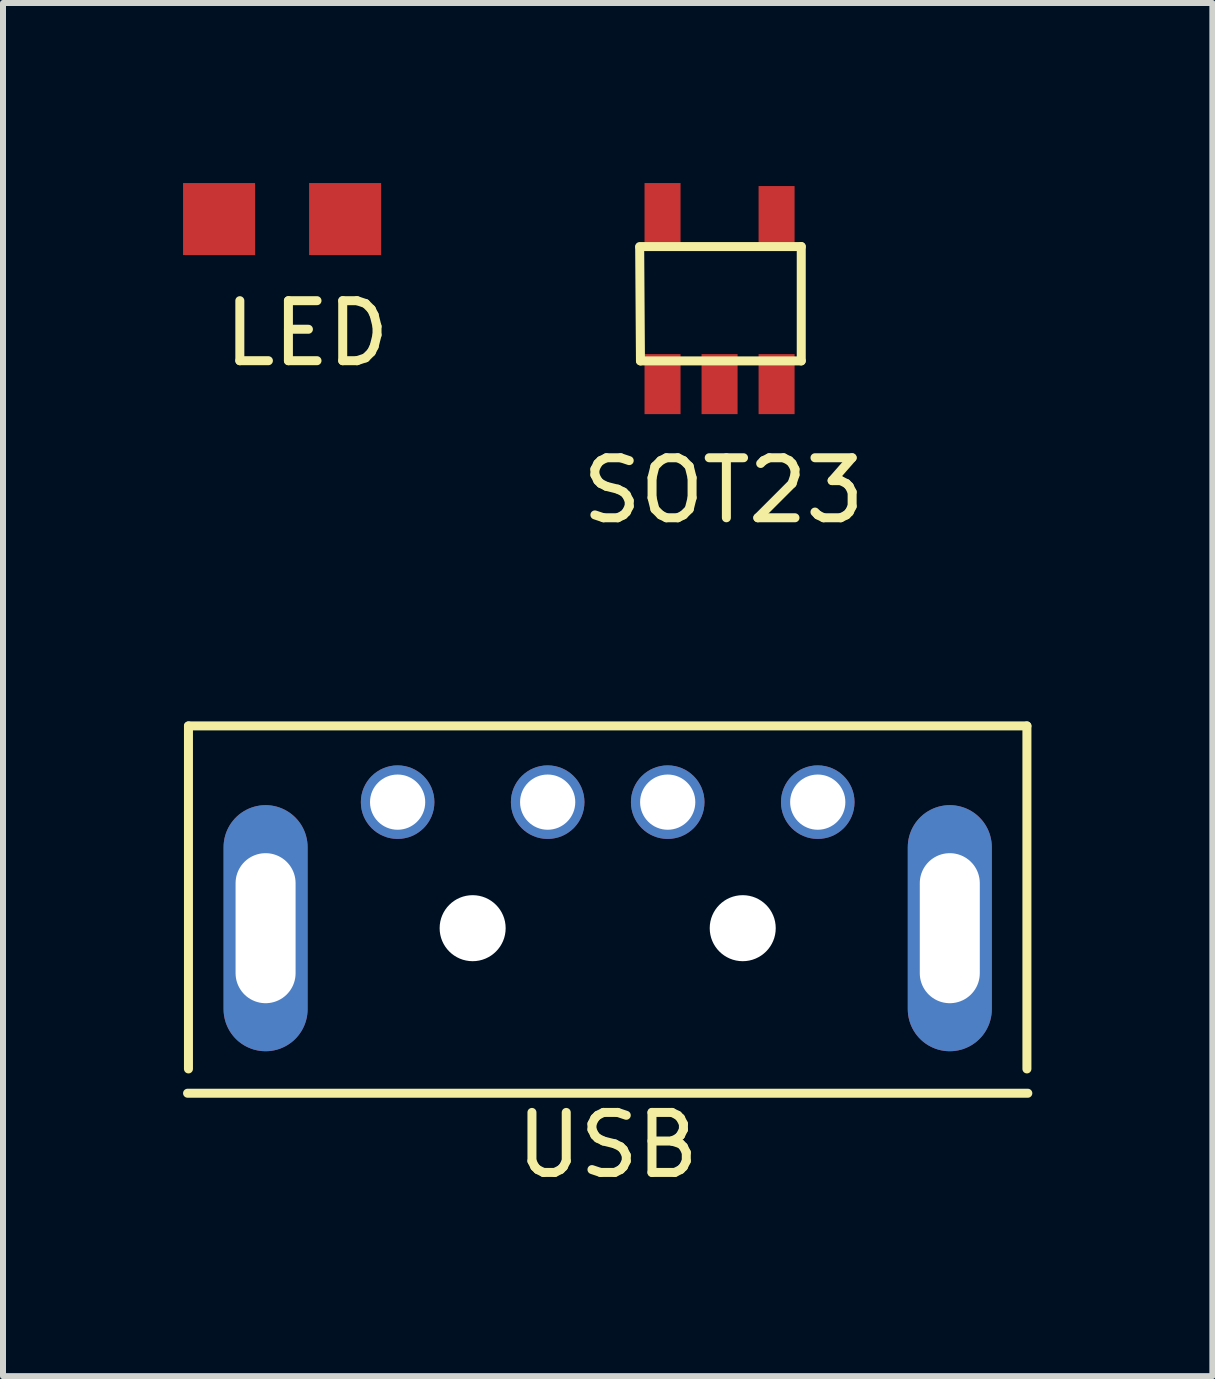
<source format=kicad_pcb>
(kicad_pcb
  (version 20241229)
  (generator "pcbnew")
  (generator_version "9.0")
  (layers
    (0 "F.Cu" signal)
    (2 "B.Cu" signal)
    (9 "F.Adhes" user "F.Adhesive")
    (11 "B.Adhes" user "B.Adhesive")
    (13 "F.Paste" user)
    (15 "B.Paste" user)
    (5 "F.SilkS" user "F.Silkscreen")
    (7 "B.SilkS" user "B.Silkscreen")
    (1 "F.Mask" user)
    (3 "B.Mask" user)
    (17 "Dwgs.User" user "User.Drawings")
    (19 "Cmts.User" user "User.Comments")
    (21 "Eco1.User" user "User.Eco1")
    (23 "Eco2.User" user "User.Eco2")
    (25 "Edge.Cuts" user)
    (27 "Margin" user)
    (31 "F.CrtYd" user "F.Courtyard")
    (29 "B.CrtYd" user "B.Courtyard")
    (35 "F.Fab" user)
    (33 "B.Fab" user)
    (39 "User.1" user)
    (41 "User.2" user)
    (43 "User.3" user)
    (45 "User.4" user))
  (footprint "USB"
    (layer "F.Cu")
    (at 7.075 10.315)
    (property "Reference" "USB" (at 0 5.715 0) (layer "F.SilkS") (effects (font (size 1 1) (thickness 0.15))))
    (attr through_hole)
    (fp_line (start -7 4.85) (end 7 4.85) (stroke (width 0.15) (type solid)) (layer "F.SilkS"))
    (fp_line (start -6.985 -1.27) (end 6.985 -1.27) (stroke (width 0.15) (type solid)) (layer "F.SilkS"))
    (fp_line (start -6.985 4.445) (end -6.985 -1.27) (stroke (width 0.15) (type solid)) (layer "F.SilkS"))
    (fp_line (start 6.985 -1.27) (end 6.985 4.445) (stroke (width 0.15) (type solid)) (layer "F.SilkS"))
    (pad "" np_thru_hole circle (at -2.25 2.1) (size 1.1 1.1) (drill 1.1) (layers "*.Cu" "*.Mask"))
    (pad "" np_thru_hole circle (at 2.25 2.1) (size 1.1 1.1) (drill 1.1) (layers "*.Cu" "*.Mask"))
    (pad "1" thru_hole circle (at 3.5 0) (size 1.225 1.225) (drill 0.92) (layers "*.Cu" "*.Mask"))
    (pad "2" thru_hole circle (at 1 0) (size 1.225 1.225) (drill 0.92) (layers "*.Cu" "*.Mask"))
    (pad "3" thru_hole circle (at -1 0) (size 1.225 1.225) (drill 0.92) (layers "*.Cu" "*.Mask"))
    (pad "4" thru_hole circle (at -3.5 0) (size 1.225 1.225) (drill 0.92) (layers "*.Cu" "*.Mask"))
    (pad "5" thru_hole oval (at -5.7 2.1) (size 1.4 4.1) (drill oval 1 2.5) (layers "*.Cu" "*.Mask"))
    (pad "5" thru_hole oval (at 5.7 2.1) (size 1.4 4.1) (drill oval 1 2.5) (layers "*.Cu" "*.Mask")))
  (footprint "SOT23"
    (layer "F.Cu")
    (at 7.989 0.55)
    (property "Reference" "SOT23" (at 1.016 4.572 0) (layer "F.SilkS") (effects (font (size 1 1) (thickness 0.15))))
    (attr through_hole)
    (fp_line (start -0.381 0.508) (end 2.311 0.508) (stroke (width 0.15) (type solid)) (layer "F.SilkS"))
    (fp_line (start -0.368 2.413) (end -0.381 0.521) (stroke (width 0.15) (type solid)) (layer "F.SilkS"))
    (fp_line (start 2.311 0.508) (end 2.311 2.413) (stroke (width 0.15) (type solid)) (layer "F.SilkS"))
    (fp_line (start 2.311 2.413) (end -0.368 2.413) (stroke (width 0.15) (type solid)) (layer "F.SilkS"))
    (pad "1" smd rect (at 0 2.8) (size 0.6 1) (layers "F.Cu" "F.Mask" "F.Paste"))
    (pad "2" smd rect (at 0.95 2.8) (size 0.6 1) (layers "F.Cu" "F.Mask" "F.Paste"))
    (pad "3" smd rect (at 1.9 2.8) (size 0.6 1) (layers "F.Cu" "F.Mask" "F.Paste"))
    (pad "4" smd rect (at 1.9 0) (size 0.6 1) (layers "F.Cu" "F.Mask" "F.Paste"))
    (pad "5" smd rect (at 0 0) (size 0.6 1.1) (layers "F.Cu" "F.Mask" "F.Paste")))
  (footprint "LED"
    (layer "F.Cu")
    (at 2.7 0.6)
    (property "Reference" "LED" (at -0.635 1.905 0) (layer "F.SilkS") (effects (font (size 1 1) (thickness 0.15))))
    (attr through_hole)
    (pad "1" smd rect (at 0 0) (size 1.2 1.2) (layers "F.Cu" "F.Mask" "F.Paste"))
    (pad "2" smd rect (at -2.1 0) (size 1.2 1.2) (layers "F.Cu" "F.Mask" "F.Paste")))
  (gr_rect
    (start -3 -3)
    (end 17.15 19.878)
    (stroke (width 0.1) (type default))
    (fill no)
    (layer "Edge.Cuts")))
</source>
